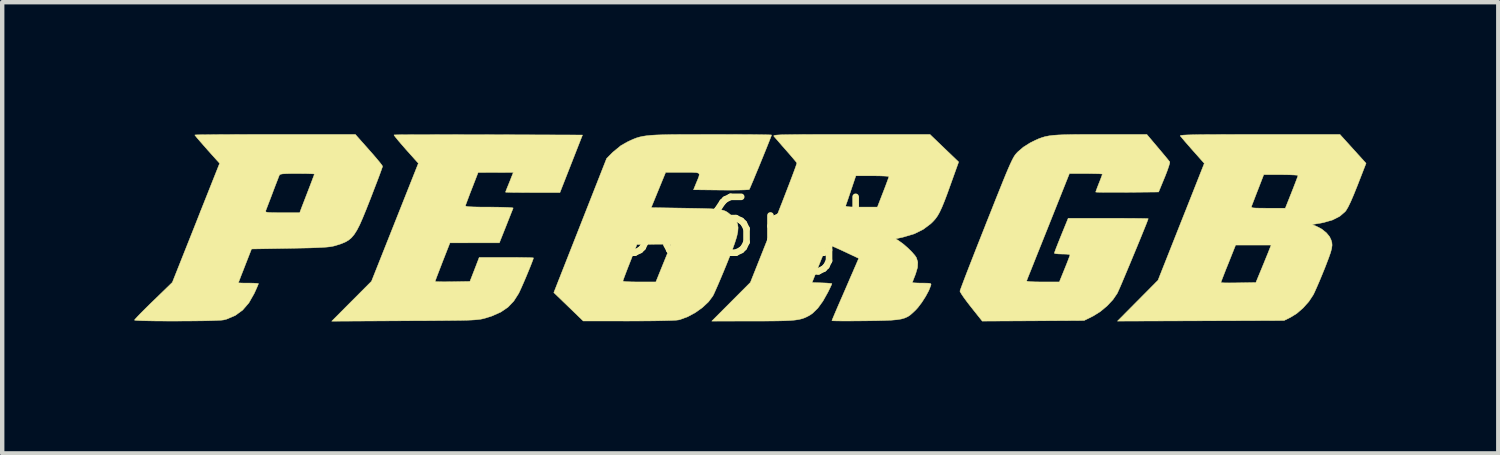
<source format=kicad_pcb>
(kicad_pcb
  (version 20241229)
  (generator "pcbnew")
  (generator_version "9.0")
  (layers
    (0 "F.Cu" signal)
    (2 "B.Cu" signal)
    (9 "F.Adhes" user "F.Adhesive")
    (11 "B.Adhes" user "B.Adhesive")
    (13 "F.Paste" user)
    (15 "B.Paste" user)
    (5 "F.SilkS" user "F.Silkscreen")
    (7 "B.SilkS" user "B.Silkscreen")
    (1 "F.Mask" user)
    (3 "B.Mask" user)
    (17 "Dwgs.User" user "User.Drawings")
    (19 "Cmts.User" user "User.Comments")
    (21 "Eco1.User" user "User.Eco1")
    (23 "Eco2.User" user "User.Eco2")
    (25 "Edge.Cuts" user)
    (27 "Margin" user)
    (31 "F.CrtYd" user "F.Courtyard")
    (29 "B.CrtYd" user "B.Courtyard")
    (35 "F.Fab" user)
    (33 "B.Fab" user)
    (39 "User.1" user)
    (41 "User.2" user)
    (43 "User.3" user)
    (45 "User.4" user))
  (footprint "pe6rgb"
    (layer "F.Cu")
    (at 13.975 2.113)
    (property "Reference" "pe6rgb" (at 0 0 0) (layer "F.SilkS") (effects (font (size 1.27 1.27) (thickness 0.15))))
    (attr through_hole)
    (fp_poly (pts (xy 13.424 -2.108) (xy 13.721 -1.78) (xy 14.018 -1.452) (xy 13.824 -0.953) (xy 13.739 -0.742) (xy 13.668 -0.577) (xy 13.609 -0.456) (xy 13.561 -0.376) (xy 13.545 -0.356) (xy 13.421 -0.248) (xy 13.255 -0.164) (xy 13.05 -0.105) (xy 12.993 -0.094) (xy 12.791 -0.06) (xy 12.894 -0.019) (xy 13.013 0.044) (xy 13.116 0.127) (xy 13.189 0.216) (xy 13.194 0.226) (xy 13.223 0.288) (xy 13.241 0.346) (xy 13.246 0.408) (xy 13.237 0.48) (xy 13.213 0.572) (xy 13.171 0.692) (xy 13.112 0.847) (xy 13.081 0.927) (xy 13.018 1.082) (xy 12.956 1.231) (xy 12.898 1.365) (xy 12.85 1.472) (xy 12.819 1.536) (xy 12.719 1.688) (xy 12.589 1.834) (xy 12.444 1.96) (xy 12.304 2.047) (xy 12.154 2.121) (xy 8.369 2.134) (xy 9.238 1.258) (xy 10.719 1.258) (xy 10.743 1.262) (xy 10.809 1.265) (xy 10.909 1.266) (xy 11.033 1.265) (xy 11.116 1.264) (xy 11.514 1.257) (xy 11.645 0.94) (xy 11.698 0.811) (xy 11.747 0.69) (xy 11.789 0.588) (xy 11.816 0.519) (xy 11.818 0.514) (xy 11.861 0.406) (xy 11.054 0.406) (xy 10.887 0.826) (xy 10.832 0.961) (xy 10.786 1.08) (xy 10.749 1.175) (xy 10.726 1.237) (xy 10.719 1.258) (xy 9.238 1.258) (xy 9.29 1.206) (xy 9.816 -0.122) (xy 9.95 -0.459) (xy 11.413 -0.459) (xy 11.424 -0.447) (xy 11.455 -0.439) (xy 11.514 -0.435) (xy 11.608 -0.433) (xy 11.743 -0.432) (xy 11.791 -0.432) (xy 12.183 -0.432) (xy 12.327 -0.794) (xy 12.377 -0.921) (xy 12.419 -1.03) (xy 12.451 -1.115) (xy 12.469 -1.165) (xy 12.471 -1.175) (xy 12.447 -1.182) (xy 12.381 -1.187) (xy 12.282 -1.191) (xy 12.158 -1.193) (xy 12.082 -1.194) (xy 11.693 -1.194) (xy 11.563 -0.857) (xy 11.514 -0.732) (xy 11.472 -0.622) (xy 11.439 -0.536) (xy 11.419 -0.484) (xy 11.416 -0.476) (xy 11.413 -0.459) (xy 9.95 -0.459) (xy 10.342 -1.45) (xy 10.078 -1.747) (xy 9.986 -1.852) (xy 9.906 -1.944) (xy 9.843 -2.018) (xy 9.804 -2.065) (xy 9.795 -2.076) (xy 9.801 -2.083) (xy 9.827 -2.088) (xy 9.877 -2.093) (xy 9.953 -2.097) (xy 10.059 -2.1) (xy 10.198 -2.103) (xy 10.372 -2.105) (xy 10.584 -2.106) (xy 10.837 -2.107) (xy 11.135 -2.108) (xy 11.479 -2.108) (xy 11.6 -2.108) (xy 13.424 -2.108)) (stroke (width 0.01) (type solid)) (fill yes) (layer "F.SilkS"))
    (fp_poly (pts (xy -6.75 -2.104) (xy -6.452 -2.103) (xy -6.136 -2.103) (xy -5.924 -2.102) (xy -3.788 -2.095) (xy -4.301 -0.787) (xy -4.919 -0.787) (xy -5.09 -0.788) (xy -5.243 -0.789) (xy -5.371 -0.79) (xy -5.467 -0.793) (xy -5.524 -0.795) (xy -5.537 -0.797) (xy -5.528 -0.824) (xy -5.506 -0.88) (xy -5.498 -0.9) (xy -5.465 -0.981) (xy -5.426 -1.078) (xy -5.41 -1.119) (xy -5.36 -1.245) (xy -6.16 -1.243) (xy -6.299 -0.884) (xy -6.349 -0.756) (xy -6.391 -0.644) (xy -6.424 -0.556) (xy -6.444 -0.502) (xy -6.447 -0.491) (xy -6.441 -0.48) (xy -6.413 -0.471) (xy -6.358 -0.465) (xy -6.27 -0.461) (xy -6.143 -0.458) (xy -5.973 -0.457) (xy -5.905 -0.457) (xy -5.743 -0.456) (xy -5.601 -0.453) (xy -5.487 -0.449) (xy -5.406 -0.444) (xy -5.366 -0.438) (xy -5.364 -0.435) (xy -5.375 -0.405) (xy -5.403 -0.336) (xy -5.442 -0.237) (xy -5.49 -0.116) (xy -5.524 -0.029) (xy -5.677 0.355) (xy -6.238 0.355) (xy -6.8 0.356) (xy -6.969 0.787) (xy -7.022 0.925) (xy -7.069 1.047) (xy -7.106 1.143) (xy -7.129 1.208) (xy -7.137 1.232) (xy -7.113 1.237) (xy -7.047 1.239) (xy -6.948 1.241) (xy -6.823 1.24) (xy -6.742 1.239) (xy -6.346 1.232) (xy -6.24 0.959) (xy -6.135 0.686) (xy -5.518 0.686) (xy -5.348 0.686) (xy -5.195 0.688) (xy -5.067 0.69) (xy -4.972 0.692) (xy -4.915 0.696) (xy -4.902 0.698) (xy -4.912 0.732) (xy -4.938 0.802) (xy -4.976 0.899) (xy -5.023 1.014) (xy -5.074 1.137) (xy -5.126 1.258) (xy -5.174 1.367) (xy -5.214 1.455) (xy -5.24 1.508) (xy -5.35 1.68) (xy -5.482 1.818) (xy -5.645 1.929) (xy -5.845 2.018) (xy -5.99 2.064) (xy -6.031 2.075) (xy -6.071 2.085) (xy -6.115 2.093) (xy -6.168 2.099) (xy -6.232 2.105) (xy -6.312 2.11) (xy -6.413 2.114) (xy -6.538 2.117) (xy -6.692 2.119) (xy -6.878 2.121) (xy -7.101 2.123) (xy -7.364 2.125) (xy -7.672 2.126) (xy -7.836 2.127) (xy -9.487 2.136) (xy -9.035 1.682) (xy -8.583 1.229) (xy -7.518 -1.452) (xy -7.801 -1.768) (xy -7.893 -1.874) (xy -7.972 -1.966) (xy -8.031 -2.038) (xy -8.066 -2.084) (xy -8.072 -2.097) (xy -8.045 -2.098) (xy -7.971 -2.1) (xy -7.854 -2.101) (xy -7.698 -2.102) (xy -7.505 -2.103) (xy -7.281 -2.103) (xy -7.028 -2.104) (xy -6.75 -2.104)) (stroke (width 0.01) (type solid)) (fill yes) (layer "F.SilkS"))
    (fp_poly (pts (xy -0.611 -2.108) (xy -0.367 -2.107) (xy -0.145 -2.106) (xy 0.053 -2.105) (xy 0.221 -2.103) (xy 0.355 -2.101) (xy 0.449 -2.099) (xy 0.5 -2.097) (xy 0.508 -2.095) (xy 0.499 -2.067) (xy 0.473 -2) (xy 0.434 -1.902) (xy 0.385 -1.779) (xy 0.329 -1.641) (xy 0.269 -1.494) (xy 0.208 -1.345) (xy 0.149 -1.204) (xy 0.097 -1.077) (xy 0.052 -0.972) (xy 0.02 -0.897) (xy 0.003 -0.859) (xy 0.001 -0.857) (xy -0.028 -0.852) (xy -0.101 -0.848) (xy -0.21 -0.845) (xy -0.349 -0.843) (xy -0.51 -0.843) (xy -0.641 -0.844) (xy -1.265 -0.851) (xy -1.206 -0.997) (xy -1.166 -1.092) (xy -1.141 -1.159) (xy -1.134 -1.203) (xy -1.153 -1.229) (xy -1.203 -1.241) (xy -1.289 -1.245) (xy -1.417 -1.245) (xy -1.506 -1.245) (xy -1.899 -1.245) (xy -2.227 -0.445) (xy -1.437 -0.432) (xy -1.205 -0.428) (xy -1.017 -0.424) (xy -0.867 -0.418) (xy -0.751 -0.411) (xy -0.661 -0.399) (xy -0.592 -0.384) (xy -0.537 -0.364) (xy -0.491 -0.337) (xy -0.447 -0.302) (xy -0.4 -0.26) (xy -0.398 -0.257) (xy -0.336 -0.195) (xy -0.291 -0.133) (xy -0.262 -0.066) (xy -0.252 0.012) (xy -0.259 0.106) (xy -0.284 0.221) (xy -0.33 0.365) (xy -0.394 0.542) (xy -0.48 0.757) (xy -0.51 0.832) (xy -0.581 1.005) (xy -0.65 1.169) (xy -0.712 1.314) (xy -0.765 1.434) (xy -0.804 1.521) (xy -0.827 1.565) (xy -0.925 1.697) (xy -1.062 1.825) (xy -1.223 1.94) (xy -1.396 2.034) (xy -1.569 2.098) (xy -1.6 2.106) (xy -1.656 2.113) (xy -1.758 2.119) (xy -1.902 2.123) (xy -2.085 2.127) (xy -2.302 2.13) (xy -2.548 2.131) (xy -2.743 2.132) (xy -3.772 2.131) (xy -4.106 1.808) (xy -4.44 1.486) (xy -4.338 1.226) (xy -2.87 1.226) (xy -2.846 1.232) (xy -2.78 1.238) (xy -2.681 1.242) (xy -2.558 1.244) (xy -2.496 1.244) (xy -2.121 1.244) (xy -1.956 0.836) (xy -1.901 0.701) (xy -1.853 0.583) (xy -1.815 0.488) (xy -1.79 0.425) (xy -1.782 0.404) (xy -1.803 0.395) (xy -1.87 0.389) (xy -1.978 0.386) (xy -2.124 0.386) (xy -2.162 0.387) (xy -2.551 0.394) (xy -2.71 0.8) (xy -2.763 0.934) (xy -2.808 1.052) (xy -2.843 1.145) (xy -2.864 1.206) (xy -2.87 1.226) (xy -4.338 1.226) (xy -3.84 -0.038) (xy -3.24 -1.562) (xy -3.099 -1.704) (xy -2.916 -1.854) (xy -2.768 -1.938) (xy -2.694 -1.973) (xy -2.627 -2.003) (xy -2.562 -2.028) (xy -2.495 -2.048) (xy -2.419 -2.065) (xy -2.332 -2.078) (xy -2.228 -2.089) (xy -2.103 -2.096) (xy -1.952 -2.101) (xy -1.771 -2.105) (xy -1.554 -2.107) (xy -1.297 -2.107) (xy -0.997 -2.108) (xy -0.87 -2.108) (xy -0.611 -2.108)) (stroke (width 0.01) (type solid)) (fill yes) (layer "F.SilkS"))
    (fp_poly (pts (xy -8.641 -1.76) (xy -8.542 -1.648) (xy -8.457 -1.548) (xy -8.389 -1.466) (xy -8.346 -1.409) (xy -8.331 -1.385) (xy -8.34 -1.355) (xy -8.365 -1.284) (xy -8.404 -1.177) (xy -8.455 -1.042) (xy -8.516 -0.884) (xy -8.583 -0.709) (xy -8.607 -0.647) (xy -8.701 -0.409) (xy -8.781 -0.214) (xy -8.85 -0.056) (xy -8.914 0.068) (xy -8.976 0.165) (xy -9.039 0.24) (xy -9.108 0.297) (xy -9.186 0.341) (xy -9.276 0.378) (xy -9.384 0.412) (xy -9.412 0.421) (xy -9.462 0.433) (xy -9.523 0.444) (xy -9.601 0.452) (xy -9.7 0.459) (xy -9.828 0.465) (xy -9.989 0.471) (xy -10.19 0.475) (xy -10.436 0.48) (xy -10.436 0.48) (xy -11.309 0.495) (xy -11.458 0.876) (xy -11.508 1.005) (xy -11.552 1.116) (xy -11.584 1.201) (xy -11.604 1.252) (xy -11.608 1.264) (xy -11.584 1.266) (xy -11.521 1.269) (xy -11.43 1.27) (xy -11.379 1.27) (xy -11.279 1.271) (xy -11.2 1.275) (xy -11.156 1.28) (xy -11.151 1.282) (xy -11.161 1.309) (xy -11.187 1.371) (xy -11.226 1.458) (xy -11.25 1.51) (xy -11.369 1.719) (xy -11.511 1.884) (xy -11.68 2.007) (xy -11.877 2.09) (xy -11.943 2.107) (xy -11.994 2.113) (xy -12.084 2.118) (xy -12.209 2.123) (xy -12.361 2.127) (xy -12.534 2.129) (xy -12.721 2.131) (xy -12.916 2.132) (xy -13.113 2.133) (xy -13.304 2.132) (xy -13.483 2.131) (xy -13.643 2.128) (xy -13.779 2.125) (xy -13.883 2.121) (xy -13.949 2.116) (xy -13.97 2.111) (xy -13.952 2.087) (xy -13.903 2.034) (xy -13.828 1.956) (xy -13.73 1.858) (xy -13.617 1.746) (xy -13.539 1.671) (xy -13.109 1.254) (xy -12.571 -0.099) (xy -12.469 -0.358) (xy -10.989 -0.358) (xy -10.979 -0.346) (xy -10.948 -0.338) (xy -10.889 -0.333) (xy -10.796 -0.331) (xy -10.661 -0.33) (xy -10.609 -0.33) (xy -10.214 -0.33) (xy -10.164 -0.464) (xy -10.134 -0.541) (xy -10.092 -0.65) (xy -10.043 -0.777) (xy -9.997 -0.896) (xy -9.953 -1.011) (xy -9.917 -1.107) (xy -9.891 -1.175) (xy -9.881 -1.207) (xy -9.881 -1.208) (xy -9.905 -1.212) (xy -9.971 -1.215) (xy -10.07 -1.218) (xy -10.195 -1.219) (xy -10.272 -1.219) (xy -10.422 -1.219) (xy -10.529 -1.216) (xy -10.601 -1.212) (xy -10.645 -1.204) (xy -10.669 -1.192) (xy -10.68 -1.175) (xy -10.695 -1.136) (xy -10.724 -1.06) (xy -10.765 -0.955) (xy -10.812 -0.832) (xy -10.833 -0.775) (xy -10.882 -0.646) (xy -10.926 -0.532) (xy -10.96 -0.442) (xy -10.982 -0.386) (xy -10.986 -0.375) (xy -10.989 -0.358) (xy -12.469 -0.358) (xy -12.034 -1.452) (xy -12.096 -1.52) (xy -12.198 -1.633) (xy -12.3 -1.747) (xy -12.395 -1.855) (xy -12.478 -1.95) (xy -12.544 -2.026) (xy -12.585 -2.077) (xy -12.598 -2.095) (xy -12.574 -2.098) (xy -12.502 -2.1) (xy -12.388 -2.101) (xy -12.235 -2.103) (xy -12.047 -2.105) (xy -11.828 -2.106) (xy -11.583 -2.107) (xy -11.315 -2.108) (xy -11.029 -2.108) (xy -10.774 -2.108) (xy -8.95 -2.108) (xy -8.641 -1.76)) (stroke (width 0.01) (type solid)) (fill yes) (layer "F.SilkS"))
    (fp_poly (pts (xy 9.288 -1.81) (xy 9.377 -1.704) (xy 9.454 -1.612) (xy 9.514 -1.539) (xy 9.55 -1.493) (xy 9.558 -1.483) (xy 9.554 -1.45) (xy 9.534 -1.381) (xy 9.5 -1.283) (xy 9.455 -1.166) (xy 9.439 -1.127) (xy 9.304 -0.8) (xy 8.589 -0.793) (xy 8.404 -0.792) (xy 8.237 -0.792) (xy 8.095 -0.792) (xy 7.982 -0.794) (xy 7.907 -0.796) (xy 7.875 -0.799) (xy 7.874 -0.799) (xy 7.883 -0.827) (xy 7.906 -0.89) (xy 7.939 -0.976) (xy 7.95 -1.003) (xy 7.986 -1.094) (xy 8.012 -1.164) (xy 8.026 -1.203) (xy 8.026 -1.207) (xy 8.002 -1.211) (xy 7.937 -1.215) (xy 7.838 -1.217) (xy 7.714 -1.219) (xy 7.652 -1.219) (xy 7.277 -1.219) (xy 6.795 -0.01) (xy 6.701 0.225) (xy 6.613 0.445) (xy 6.532 0.647) (xy 6.461 0.826) (xy 6.401 0.977) (xy 6.353 1.095) (xy 6.321 1.177) (xy 6.305 1.218) (xy 6.303 1.221) (xy 6.324 1.23) (xy 6.389 1.237) (xy 6.489 1.242) (xy 6.618 1.244) (xy 6.672 1.244) (xy 7.048 1.244) (xy 7.169 0.946) (xy 7.215 0.832) (xy 7.253 0.734) (xy 7.279 0.664) (xy 7.29 0.63) (xy 7.29 0.629) (xy 7.267 0.619) (xy 7.205 0.612) (xy 7.119 0.61) (xy 7.112 0.61) (xy 7.024 0.607) (xy 6.961 0.601) (xy 6.934 0.591) (xy 6.934 0.591) (xy 6.943 0.562) (xy 6.968 0.494) (xy 7.006 0.396) (xy 7.054 0.276) (xy 7.091 0.184) (xy 7.249 -0.203) (xy 8.158 -0.203) (xy 8.368 -0.203) (xy 8.56 -0.202) (xy 8.729 -0.201) (xy 8.871 -0.2) (xy 8.978 -0.198) (xy 9.046 -0.196) (xy 9.068 -0.193) (xy 9.058 -0.165) (xy 9.032 -0.095) (xy 8.991 0.007) (xy 8.938 0.138) (xy 8.877 0.288) (xy 8.809 0.453) (xy 8.737 0.626) (xy 8.665 0.8) (xy 8.594 0.969) (xy 8.528 1.126) (xy 8.47 1.264) (xy 8.421 1.378) (xy 8.384 1.46) (xy 8.364 1.504) (xy 8.363 1.505) (xy 8.266 1.647) (xy 8.134 1.788) (xy 7.981 1.916) (xy 7.82 2.017) (xy 7.8 2.027) (xy 7.61 2.121) (xy 6.453 2.128) (xy 5.296 2.134) (xy 5.042 1.815) (xy 4.956 1.704) (xy 4.882 1.604) (xy 4.827 1.523) (xy 4.795 1.469) (xy 4.789 1.453) (xy 4.799 1.422) (xy 4.826 1.348) (xy 4.868 1.236) (xy 4.924 1.088) (xy 4.993 0.91) (xy 5.073 0.706) (xy 5.162 0.478) (xy 5.259 0.233) (xy 5.362 -0.027) (xy 5.386 -0.089) (xy 5.507 -0.392) (xy 5.61 -0.652) (xy 5.698 -0.871) (xy 5.772 -1.055) (xy 5.834 -1.207) (xy 5.886 -1.329) (xy 5.929 -1.427) (xy 5.965 -1.504) (xy 5.995 -1.563) (xy 6.021 -1.609) (xy 6.045 -1.645) (xy 6.069 -1.674) (xy 6.094 -1.701) (xy 6.109 -1.716) (xy 6.232 -1.821) (xy 6.381 -1.915) (xy 6.427 -1.938) (xy 6.508 -1.978) (xy 6.582 -2.011) (xy 6.654 -2.037) (xy 6.728 -2.059) (xy 6.811 -2.075) (xy 6.908 -2.088) (xy 7.024 -2.096) (xy 7.166 -2.102) (xy 7.338 -2.106) (xy 7.547 -2.108) (xy 7.798 -2.108) (xy 7.978 -2.108) (xy 9.036 -2.108) (xy 9.288 -1.81)) (stroke (width 0.01) (type solid)) (fill yes) (layer "F.SilkS"))
    (fp_poly (pts (xy 4.434 -1.795) (xy 4.76 -1.483) (xy 4.574 -0.964) (xy 4.498 -0.753) (xy 4.434 -0.585) (xy 4.379 -0.451) (xy 4.33 -0.346) (xy 4.284 -0.263) (xy 4.236 -0.195) (xy 4.184 -0.136) (xy 4.127 -0.08) (xy 3.954 0.05) (xy 3.755 0.149) (xy 3.526 0.218) (xy 3.33 0.264) (xy 3.424 0.326) (xy 3.512 0.391) (xy 3.607 0.474) (xy 3.695 0.561) (xy 3.765 0.641) (xy 3.799 0.691) (xy 3.831 0.792) (xy 3.826 0.912) (xy 3.783 1.058) (xy 3.772 1.087) (xy 3.74 1.169) (xy 3.717 1.23) (xy 3.708 1.257) (xy 3.732 1.263) (xy 3.795 1.267) (xy 3.885 1.27) (xy 3.926 1.27) (xy 4.031 1.271) (xy 4.094 1.274) (xy 4.125 1.283) (xy 4.133 1.3) (xy 4.126 1.327) (xy 4.081 1.441) (xy 4.009 1.574) (xy 3.924 1.707) (xy 3.834 1.826) (xy 3.785 1.88) (xy 3.72 1.942) (xy 3.662 1.993) (xy 3.603 2.033) (xy 3.536 2.063) (xy 3.457 2.086) (xy 3.358 2.102) (xy 3.234 2.113) (xy 3.077 2.12) (xy 2.883 2.125) (xy 2.644 2.128) (xy 2.635 2.128) (xy 2.445 2.13) (xy 2.273 2.131) (xy 2.124 2.131) (xy 2.005 2.13) (xy 1.923 2.128) (xy 1.882 2.125) (xy 1.88 2.124) (xy 1.889 2.098) (xy 1.916 2.033) (xy 1.958 1.934) (xy 2.011 1.81) (xy 2.073 1.667) (xy 2.099 1.608) (xy 2.17 1.445) (xy 2.24 1.283) (xy 2.304 1.134) (xy 2.359 1.009) (xy 2.398 0.917) (xy 2.403 0.907) (xy 2.489 0.708) (xy 2.171 0.558) (xy 2.052 0.503) (xy 1.947 0.456) (xy 1.865 0.421) (xy 1.818 0.403) (xy 1.812 0.401) (xy 1.792 0.41) (xy 1.766 0.446) (xy 1.731 0.514) (xy 1.684 0.618) (xy 1.624 0.764) (xy 1.6 0.826) (xy 1.429 1.257) (xy 1.654 1.265) (xy 1.754 1.269) (xy 1.831 1.275) (xy 1.874 1.281) (xy 1.88 1.284) (xy 1.869 1.311) (xy 1.841 1.372) (xy 1.801 1.454) (xy 1.788 1.48) (xy 1.675 1.681) (xy 1.559 1.841) (xy 1.441 1.956) (xy 1.385 1.995) (xy 1.324 2.029) (xy 1.265 2.057) (xy 1.203 2.079) (xy 1.13 2.097) (xy 1.043 2.11) (xy 0.936 2.12) (xy 0.802 2.126) (xy 0.636 2.13) (xy 0.433 2.132) (xy 0.188 2.133) (xy 0.076 2.133) (xy -0.85 2.134) (xy 0.027 1.255) (xy 0.561 -0.088) (xy 0.659 -0.336) (xy 0.719 -0.489) (xy 2.193 -0.489) (xy 2.199 -0.476) (xy 2.234 -0.467) (xy 2.302 -0.461) (xy 2.411 -0.458) (xy 2.547 -0.457) (xy 2.913 -0.457) (xy 3.044 -0.795) (xy 3.091 -0.917) (xy 3.13 -1.022) (xy 3.159 -1.101) (xy 3.174 -1.145) (xy 3.175 -1.151) (xy 3.151 -1.157) (xy 3.085 -1.162) (xy 2.986 -1.166) (xy 2.863 -1.168) (xy 2.8 -1.168) (xy 2.424 -1.168) (xy 2.315 -0.845) (xy 2.274 -0.722) (xy 2.238 -0.616) (xy 2.21 -0.537) (xy 2.194 -0.493) (xy 2.193 -0.489) (xy 0.719 -0.489) (xy 0.751 -0.57) (xy 0.834 -0.785) (xy 0.909 -0.979) (xy 0.972 -1.145) (xy 1.023 -1.281) (xy 1.059 -1.381) (xy 1.079 -1.442) (xy 1.083 -1.459) (xy 1.063 -1.487) (xy 1.015 -1.545) (xy 0.946 -1.626) (xy 0.863 -1.721) (xy 0.834 -1.754) (xy 0.745 -1.855) (xy 0.667 -1.945) (xy 0.605 -2.016) (xy 0.567 -2.059) (xy 0.562 -2.065) (xy 0.558 -2.074) (xy 0.562 -2.081) (xy 0.577 -2.087) (xy 0.607 -2.092) (xy 0.656 -2.096) (xy 0.726 -2.1) (xy 0.822 -2.102) (xy 0.945 -2.104) (xy 1.101 -2.106) (xy 1.292 -2.107) (xy 1.522 -2.108) (xy 1.793 -2.108) (xy 2.111 -2.108) (xy 2.318 -2.108) (xy 4.108 -2.108) (xy 4.434 -1.795)) (stroke (width 0.01) (type solid)) (fill yes) (layer "F.SilkS")))
  (gr_rect
    (start -3 -3)
    (end 30.998 7.254)
    (stroke (width 0.1) (type default))
    (fill no)
    (layer "Edge.Cuts")))
</source>
